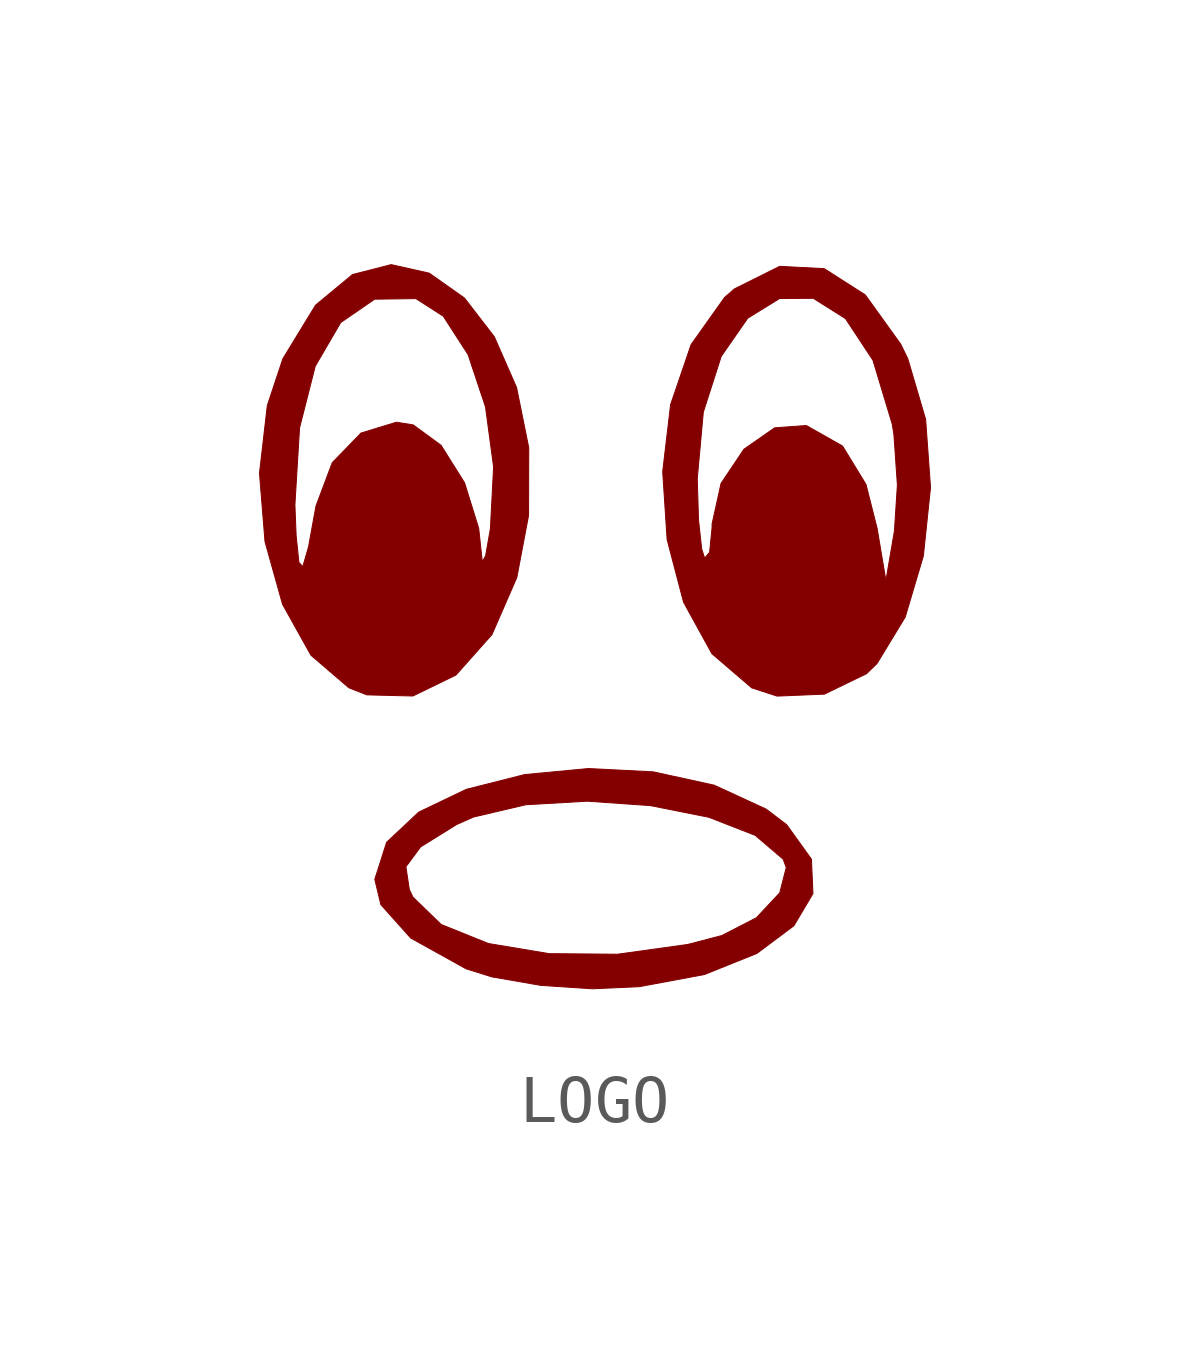
<source format=kicad_sym>
(kicad_symbol_lib
  (version 20220914)
  (generator "bitmap2component")
  (generator_version "8.0")
  (symbol "LOGO"
    (pin_names
      (offset 1.016))
    (property "Reference" "#G"
      (at 0 6.931 0)
      (effects (font (size 1.27 1.27)) hide))
    (symbol "LOGO_0_0"
      (polyline (pts (xy 0.914 -7.511) (xy 2.272 -7.258) (xy 3.364 -6.819) (xy 4.136 -6.242) (xy 4.533 -5.572) (xy 4.501 -4.855) (xy 3.986 -4.138) (xy 3.559 -3.813) (xy 2.476 -3.314) (xy 1.209 -3.036) (xy -0.142 -2.967) (xy -1.474 -3.093) (xy -2.687 -3.4) (xy -3.679 -3.875) (xy -4.348 -4.504) (xy -4.51 -5.013) (xy -3.946 -5.013) (xy -3.64 -4.599) (xy -2.888 -4.132) (xy -2.535 -3.976) (xy -1.445 -3.721) (xy -0.17 -3.647) (xy 1.146 -3.739) (xy 2.361 -3.981) (xy 3.331 -4.359) (xy 3.913 -4.856) (xy 3.977 -5.028) (xy 3.842 -5.555) (xy 3.357 -6.074) (xy 2.637 -6.445) (xy 1.927 -6.631) (xy 0.461 -6.835) (xy -0.964 -6.823) (xy -2.228 -6.612) (xy -3.212 -6.215) (xy -3.798 -5.647) (xy -3.875 -5.489) (xy -3.946 -5.013) (xy -4.51 -5.013) (xy -4.594 -5.274) (xy -4.467 -5.803) (xy -3.845 -6.498) (xy -2.694 -7.138) (xy -2.155 -7.307) (xy -1.141 -7.483) (xy -0.059 -7.555) (xy 0.914 -7.511)) (stroke (width 0.01) (type default)) (fill (type outline)))
      (polyline (pts (xy -2.903 -1.019) (xy -2.154 -0.177) (xy -1.635 1.014) (xy -1.391 2.304) (xy -1.387 3.715) (xy -1.641 4.971) (xy -2.104 6.026) (xy -2.727 6.835) (xy -3.46 7.352) (xy -4.253 7.53) (xy -5.059 7.323) (xy -5.827 6.686) (xy -6.508 5.571) (xy -6.833 4.594) (xy -6.996 3.185) (xy -6.943 2.527) (xy -6.258 2.527) (xy -6.161 4.131) (xy -5.835 5.413) (xy -5.305 6.323) (xy -4.597 6.81) (xy -3.738 6.822) (xy -3.167 6.455) (xy -2.651 5.656) (xy -2.288 4.567) (xy -2.119 3.315) (xy -2.186 2.027) (xy -2.285 1.468) (xy -2.354 1.339) (xy -2.394 1.702) (xy -2.43 2.038) (xy -2.724 2.985) (xy -3.213 3.765) (xy -3.793 4.191) (xy -4.144 4.247) (xy -4.88 4.022) (xy -5.479 3.406) (xy -5.819 2.502) (xy -5.974 1.653) (xy -6.093 1.24) (xy -6.175 1.326) (xy -6.233 1.891) (xy -6.258 2.527) (xy -6.943 2.527) (xy -6.881 1.76) (xy -6.515 0.453) (xy -5.924 -0.607) (xy -5.134 -1.285) (xy -4.76 -1.432) (xy -3.8 -1.456) (xy -2.903 -1.019)) (stroke (width 0.01) (type default)) (fill (type outline)))
      (polyline (pts (xy 4.771 -1.417) (xy 5.648 -0.992) (xy 5.867 -0.78) (xy 6.455 0.188) (xy 6.833 1.462) (xy 6.982 2.887) (xy 6.88 4.308) (xy 6.508 5.571) (xy 6.36 5.874) (xy 5.623 6.899) (xy 4.767 7.446) (xy 3.84 7.494) (xy 2.895 7.023) (xy 2.691 6.844) (xy 1.995 5.864) (xy 1.568 4.614) (xy 1.403 3.218) (xy 1.413 3.068) (xy 2.123 3.068) (xy 2.249 4.456) (xy 2.622 5.619) (xy 3.175 6.415) (xy 3.838 6.824) (xy 4.54 6.828) (xy 5.211 6.405) (xy 5.783 5.538) (xy 6.185 4.206) (xy 6.219 3.994) (xy 6.292 2.938) (xy 6.23 1.981) (xy 6.053 0.946) (xy 5.87 2.034) (xy 5.638 2.951) (xy 5.149 3.751) (xy 4.395 4.178) (xy 3.735 4.13) (xy 3.096 3.685) (xy 2.619 2.973) (xy 2.432 2.129) (xy 2.431 2.047) (xy 2.381 1.539) (xy 2.277 1.415) (xy 2.215 1.606) (xy 2.149 2.216) (xy 2.123 3.068) (xy 1.413 3.068) (xy 1.495 1.804) (xy 1.838 0.498) (xy 2.428 -0.574) (xy 3.257 -1.286) (xy 3.786 -1.458) (xy 4.771 -1.417)) (stroke (width 0.01) (type default)) (fill (type outline))))))
</source>
